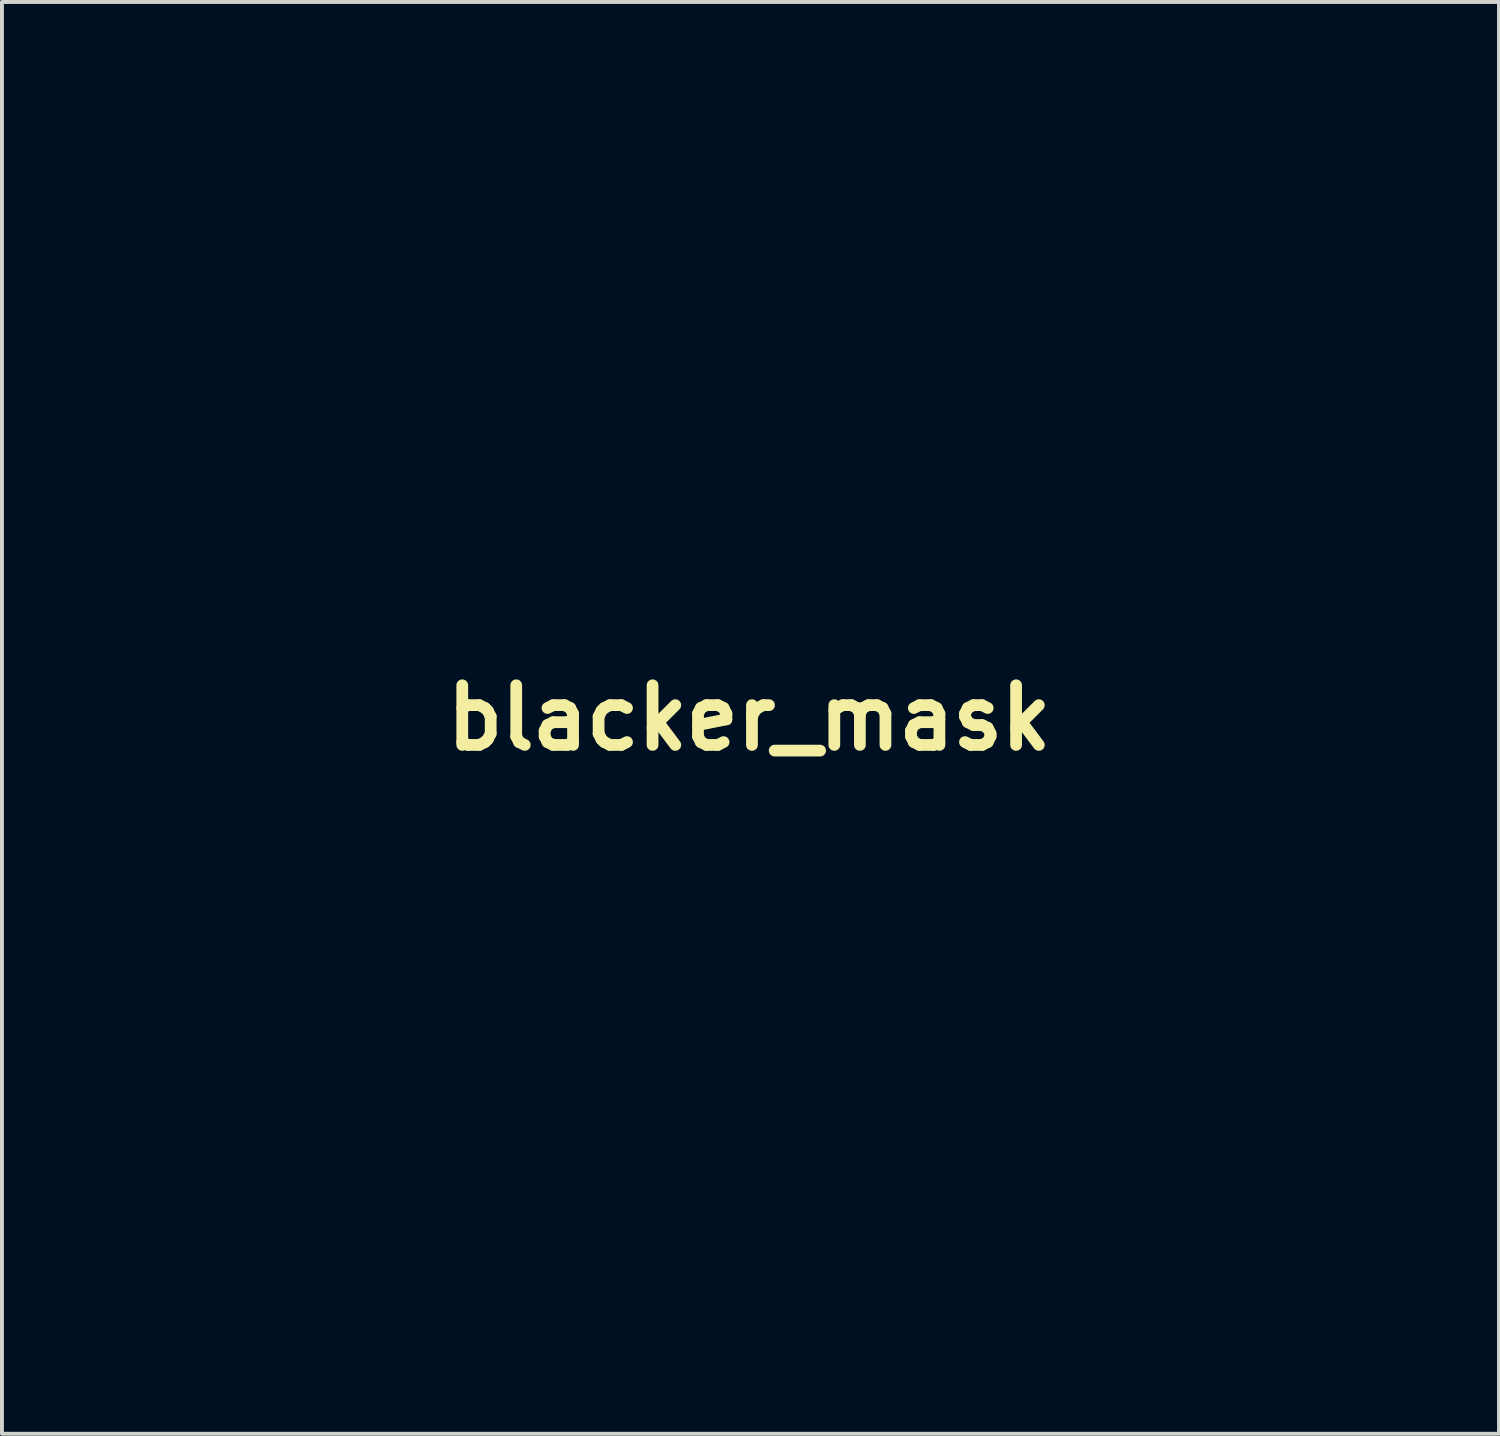
<source format=kicad_pcb>
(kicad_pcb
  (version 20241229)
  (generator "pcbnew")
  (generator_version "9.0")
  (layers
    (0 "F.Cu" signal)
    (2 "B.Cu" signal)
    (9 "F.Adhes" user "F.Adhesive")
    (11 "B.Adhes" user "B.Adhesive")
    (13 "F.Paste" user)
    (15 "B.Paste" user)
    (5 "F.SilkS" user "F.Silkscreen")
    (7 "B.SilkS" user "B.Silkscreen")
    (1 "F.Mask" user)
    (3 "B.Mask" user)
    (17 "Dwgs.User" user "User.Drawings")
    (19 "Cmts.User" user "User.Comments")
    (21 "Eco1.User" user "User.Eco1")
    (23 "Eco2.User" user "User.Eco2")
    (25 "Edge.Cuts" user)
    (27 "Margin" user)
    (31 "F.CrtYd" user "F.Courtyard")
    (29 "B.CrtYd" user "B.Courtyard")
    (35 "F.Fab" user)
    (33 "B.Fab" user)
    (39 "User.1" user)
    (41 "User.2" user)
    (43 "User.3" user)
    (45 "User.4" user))
  (footprint "blacker_mask"
    (layer "F.Cu")
    (at 16.092 15.295)
    (property "Reference" "blacker_mask" (at 0 0 0) (layer "F.SilkS") (effects (font (size 1.524 1.524) (thickness 0.3))))
    (attr through_hole)
    (fp_poly (pts (xy -3.133 -9.948) (xy -3.175 -9.906) (xy -3.217 -9.948) (xy -3.175 -9.991) (xy -3.133 -9.948)) (stroke (width 0.01) (type solid)) (fill yes) (layer "F.Mask"))
    (fp_poly (pts (xy 3.133 -10.118) (xy 3.09 -10.075) (xy 3.048 -10.118) (xy 3.09 -10.16) (xy 3.133 -10.118)) (stroke (width 0.01) (type solid)) (fill yes) (layer "F.Mask"))
    (fp_poly (pts (xy -4.747 13.165) (xy -4.605 13.272) (xy -4.599 13.411) (xy -4.724 13.514) (xy -4.966 13.53) (xy -5.177 13.49) (xy -5.286 13.406) (xy -5.277 13.282) (xy -5.174 13.171) (xy -5.007 13.125) (xy -4.747 13.165)) (stroke (width 0.01) (type solid)) (fill yes) (layer "F.Mask"))
    (fp_poly (pts (xy -1.719 13.597) (xy -1.622 13.762) (xy -1.539 13.985) (xy -1.561 14.099) (xy -1.704 14.137) (xy -1.787 14.139) (xy -1.964 14.123) (xy -2.009 14.058) (xy -1.989 13.991) (xy -1.911 13.778) (xy -1.886 13.695) (xy -1.813 13.562) (xy -1.719 13.597)) (stroke (width 0.01) (type solid)) (fill yes) (layer "F.Mask"))
    (fp_poly (pts (xy -4.811 13.842) (xy -4.645 13.944) (xy -4.591 14.077) (xy -4.612 14.136) (xy -4.727 14.194) (xy -4.929 14.222) (xy -5.138 14.215) (xy -5.275 14.17) (xy -5.278 14.168) (xy -5.326 14.043) (xy -5.334 13.956) (xy -5.293 13.846) (xy -5.142 13.804) (xy -5.048 13.801) (xy -4.811 13.842)) (stroke (width 0.01) (type solid)) (fill yes) (layer "F.Mask"))
    (fp_poly (pts (xy 5.401 13.089) (xy 5.461 13.207) (xy 5.477 13.393) (xy 5.369 13.515) (xy 5.117 13.592) (xy 5.063 13.601) (xy 4.861 13.621) (xy 4.766 13.569) (xy 4.719 13.412) (xy 4.718 13.408) (xy 4.69 13.233) (xy 4.72 13.141) (xy 4.845 13.096) (xy 5.064 13.064) (xy 5.287 13.047) (xy 5.401 13.089)) (stroke (width 0.01) (type solid)) (fill yes) (layer "F.Mask"))
    (fp_poly (pts (xy 7.887 9.386) (xy 8.354 9.675) (xy 8.697 9.894) (xy 8.933 10.055) (xy 9.083 10.175) (xy 9.167 10.269) (xy 9.205 10.351) (xy 9.213 10.386) (xy 9.153 10.554) (xy 8.934 10.745) (xy 8.566 10.952) (xy 8.057 11.172) (xy 7.773 11.277) (xy 7.114 11.51) (xy 7.057 11.283) (xy 7.04 11.075) (xy 7.051 10.753) (xy 7.084 10.369) (xy 7.134 9.974) (xy 7.194 9.621) (xy 7.26 9.361) (xy 7.283 9.301) (xy 7.385 9.077) (xy 7.887 9.386)) (stroke (width 0.01) (type solid)) (fill yes) (layer "F.Mask"))
    (fp_poly (pts (xy 11.545 2.93) (xy 11.837 3.176) (xy 11.843 3.182) (xy 12.202 3.584) (xy 12.395 3.99) (xy 12.42 4.393) (xy 12.279 4.788) (xy 11.97 5.167) (xy 11.937 5.198) (xy 11.735 5.369) (xy 11.578 5.48) (xy 11.522 5.503) (xy 11.461 5.429) (xy 11.408 5.244) (xy 11.398 5.186) (xy 11.366 4.933) (xy 11.331 4.591) (xy 11.303 4.276) (xy 11.271 3.891) (xy 11.235 3.497) (xy 11.21 3.239) (xy 11.197 2.964) (xy 11.239 2.823) (xy 11.35 2.811) (xy 11.545 2.93)) (stroke (width 0.01) (type solid)) (fill yes) (layer "F.Mask"))
    (fp_poly (pts (xy -11.141 3.043) (xy -11.12 3.265) (xy -11.103 3.6) (xy -11.094 4.02) (xy -11.091 4.36) (xy -11.094 4.923) (xy -11.106 5.33) (xy -11.137 5.594) (xy -11.195 5.729) (xy -11.288 5.748) (xy -11.425 5.665) (xy -11.614 5.492) (xy -11.729 5.379) (xy -11.931 5.149) (xy -12.073 4.935) (xy -12.12 4.807) (xy -12.1 4.296) (xy -11.973 3.88) (xy -11.967 3.87) (xy -11.843 3.674) (xy -11.666 3.445) (xy -11.473 3.223) (xy -11.299 3.05) (xy -11.18 2.966) (xy -11.166 2.963) (xy -11.141 3.043)) (stroke (width 0.01) (type solid)) (fill yes) (layer "F.Mask"))
    (fp_poly (pts (xy -7.241 9.435) (xy -7.165 9.637) (xy -7.092 9.944) (xy -7.028 10.325) (xy -6.979 10.749) (xy -6.971 10.858) (xy -6.946 11.234) (xy -6.953 11.464) (xy -7.016 11.569) (xy -7.158 11.573) (xy -7.404 11.498) (xy -7.579 11.436) (xy -7.981 11.277) (xy -8.37 11.097) (xy -8.696 10.921) (xy -8.906 10.777) (xy -8.997 10.632) (xy -8.956 10.464) (xy -8.775 10.264) (xy -8.447 10.023) (xy -8.123 9.823) (xy -7.804 9.638) (xy -7.539 9.488) (xy -7.363 9.393) (xy -7.31 9.37) (xy -7.241 9.435)) (stroke (width 0.01) (type solid)) (fill yes) (layer "F.Mask"))
    (fp_poly (pts (xy -2.398 -3.885) (xy -2.044 -3.865) (xy -1.62 -3.836) (xy -1.159 -3.8) (xy -0.69 -3.759) (xy -0.246 -3.718) (xy 0.141 -3.678) (xy 0.441 -3.643) (xy 0.621 -3.615) (xy 0.659 -3.603) (xy 0.633 -3.522) (xy 0.502 -3.377) (xy 0.301 -3.2) (xy 0.065 -3.021) (xy -0.171 -2.87) (xy -0.206 -2.851) (xy -0.349 -2.781) (xy -0.494 -2.732) (xy -0.673 -2.702) (xy -0.918 -2.687) (xy -1.259 -2.684) (xy -1.73 -2.69) (xy -1.878 -2.693) (xy -2.646 -2.694) (xy -3.342 -2.667) (xy -3.943 -2.613) (xy -4.427 -2.536) (xy -4.77 -2.438) (xy -4.838 -2.407) (xy -5.028 -2.34) (xy -5.262 -2.298) (xy -5.484 -2.284) (xy -5.637 -2.304) (xy -5.673 -2.34) (xy -5.608 -2.516) (xy -5.435 -2.75) (xy -5.187 -3.003) (xy -4.896 -3.24) (xy -4.822 -3.291) (xy -4.23 -3.597) (xy -3.543 -3.802) (xy -2.811 -3.89) (xy -2.65 -3.893) (xy -2.398 -3.885)) (stroke (width 0.01) (type solid)) (fill yes) (layer "F.Mask"))
    (fp_poly (pts (xy 14.263 0.321) (xy 14.29 0.426) (xy 14.306 0.64) (xy 14.309 0.776) (xy 14.326 1.022) (xy 14.37 1.166) (xy 14.399 1.185) (xy 14.516 1.14) (xy 14.716 1.026) (xy 14.855 0.934) (xy 15.11 0.778) (xy 15.405 0.626) (xy 15.699 0.496) (xy 15.95 0.405) (xy 16.117 0.37) (xy 16.157 0.38) (xy 16.132 0.468) (xy 15.994 0.639) (xy 15.764 0.875) (xy 15.464 1.158) (xy 15.116 1.467) (xy 14.739 1.785) (xy 14.356 2.092) (xy 13.989 2.369) (xy 13.703 2.567) (xy 13.335 2.806) (xy 13.012 3.013) (xy 12.763 3.168) (xy 12.616 3.253) (xy 12.597 3.262) (xy 12.457 3.24) (xy 12.325 3.139) (xy 12.175 3.004) (xy 11.938 2.82) (xy 11.695 2.649) (xy 11.401 2.446) (xy 11.222 2.302) (xy 11.13 2.185) (xy 11.096 2.064) (xy 11.093 1.983) (xy 11.156 1.78) (xy 11.358 1.593) (xy 11.708 1.413) (xy 12.192 1.243) (xy 12.633 1.084) (xy 13.115 0.877) (xy 13.539 0.662) (xy 13.564 0.648) (xy 13.859 0.487) (xy 14.095 0.372) (xy 14.238 0.319) (xy 14.263 0.321)) (stroke (width 0.01) (type solid)) (fill yes) (layer "F.Mask"))
    (fp_poly (pts (xy -14.12 0.652) (xy -13.917 0.735) (xy -13.636 0.87) (xy -13.453 0.964) (xy -13.02 1.173) (xy -12.523 1.384) (xy -12.059 1.556) (xy -11.99 1.579) (xy -11.524 1.75) (xy -11.217 1.915) (xy -11.061 2.083) (xy -11.045 2.261) (xy -11.08 2.344) (xy -11.18 2.476) (xy -11.367 2.682) (xy -11.601 2.921) (xy -11.636 2.955) (xy -11.86 3.181) (xy -12.026 3.365) (xy -12.105 3.474) (xy -12.107 3.484) (xy -12.139 3.543) (xy -12.247 3.538) (xy -12.449 3.463) (xy -12.764 3.313) (xy -13.11 3.133) (xy -13.522 2.903) (xy -13.952 2.646) (xy -14.331 2.403) (xy -14.465 2.311) (xy -14.741 2.099) (xy -15.047 1.84) (xy -15.358 1.56) (xy -15.644 1.284) (xy -15.879 1.04) (xy -16.035 0.853) (xy -16.087 0.755) (xy -16.018 0.726) (xy -15.816 0.793) (xy -15.484 0.956) (xy -15.024 1.212) (xy -14.817 1.334) (xy -14.511 1.513) (xy -14.266 1.651) (xy -14.113 1.731) (xy -14.078 1.744) (xy -14.082 1.658) (xy -14.112 1.453) (xy -14.156 1.202) (xy -14.2 0.923) (xy -14.218 0.717) (xy -14.209 0.634) (xy -14.12 0.652)) (stroke (width 0.01) (type solid)) (fill yes) (layer "F.Mask"))
    (fp_poly (pts (xy -12.446 4.513) (xy -12.423 4.823) (xy -12.341 5.099) (xy -12.186 5.356) (xy -11.942 5.61) (xy -11.592 5.876) (xy -11.121 6.171) (xy -10.512 6.511) (xy -10.359 6.592) (xy -9.914 6.833) (xy -9.484 7.072) (xy -9.11 7.286) (xy -8.83 7.454) (xy -8.754 7.503) (xy -8.453 7.727) (xy -8.146 7.996) (xy -7.864 8.279) (xy -7.635 8.545) (xy -7.489 8.763) (xy -7.451 8.88) (xy -7.525 9.034) (xy -7.753 9.224) (xy -7.918 9.329) (xy -8.258 9.537) (xy -8.622 9.763) (xy -8.814 9.885) (xy -9.043 10.03) (xy -9.206 10.13) (xy -9.26 10.16) (xy -9.309 10.096) (xy -9.408 9.938) (xy -9.423 9.912) (xy -9.578 9.703) (xy -9.806 9.491) (xy -10.127 9.26) (xy -10.563 8.996) (xy -11.133 8.684) (xy -11.189 8.655) (xy -11.86 8.298) (xy -12.394 8.001) (xy -12.806 7.751) (xy -13.112 7.534) (xy -13.326 7.335) (xy -13.465 7.142) (xy -13.543 6.94) (xy -13.576 6.716) (xy -13.58 6.51) (xy -13.562 6.222) (xy -13.506 5.961) (xy -13.393 5.668) (xy -13.218 5.309) (xy -13.033 4.965) (xy -12.849 4.649) (xy -12.696 4.415) (xy -12.655 4.36) (xy -12.447 4.106) (xy -12.446 4.513)) (stroke (width 0.01) (type solid)) (fill yes) (layer "F.Mask"))
    (fp_poly (pts (xy 12.948 4.255) (xy 13.09 4.47) (xy 13.273 4.788) (xy 13.471 5.158) (xy 13.658 5.529) (xy 13.806 5.849) (xy 13.878 6.032) (xy 13.922 6.351) (xy 13.833 6.669) (xy 13.601 7.008) (xy 13.366 7.254) (xy 13.162 7.428) (xy 12.885 7.637) (xy 12.57 7.857) (xy 12.253 8.066) (xy 11.97 8.238) (xy 11.757 8.351) (xy 11.66 8.382) (xy 11.523 8.429) (xy 11.285 8.555) (xy 10.98 8.737) (xy 10.644 8.953) (xy 10.312 9.18) (xy 10.017 9.395) (xy 9.794 9.576) (xy 9.703 9.665) (xy 9.513 9.877) (xy 9.396 9.971) (xy 9.32 9.966) (xy 9.272 9.907) (xy 9.178 9.828) (xy 8.977 9.691) (xy 8.706 9.524) (xy 8.639 9.484) (xy 8.221 9.226) (xy 7.884 8.99) (xy 7.65 8.792) (xy 7.541 8.65) (xy 7.535 8.623) (xy 7.59 8.526) (xy 7.734 8.345) (xy 7.938 8.116) (xy 7.97 8.081) (xy 8.453 7.645) (xy 9.084 7.194) (xy 9.843 6.741) (xy 10.66 6.325) (xy 11.058 6.129) (xy 11.437 5.932) (xy 11.749 5.759) (xy 11.915 5.656) (xy 12.285 5.316) (xy 12.575 4.875) (xy 12.742 4.399) (xy 12.745 4.382) (xy 12.803 4.065) (xy 12.948 4.255)) (stroke (width 0.01) (type solid)) (fill yes) (layer "F.Mask"))
    (fp_poly (pts (xy -1.971 -1.537) (xy -1.927 -1.461) (xy -1.926 -1.27) (xy -1.931 -1.185) (xy -1.939 -0.996) (xy -1.948 -0.665) (xy -1.957 -0.222) (xy -1.966 0.307) (xy -1.974 0.894) (xy -1.98 1.355) (xy -1.99 2.103) (xy -2.005 2.706) (xy -2.029 3.186) (xy -2.065 3.567) (xy -2.115 3.872) (xy -2.183 4.125) (xy -2.272 4.35) (xy -2.385 4.569) (xy -2.415 4.621) (xy -2.569 4.843) (xy -2.777 5.086) (xy -3.001 5.316) (xy -3.207 5.494) (xy -3.355 5.584) (xy -3.38 5.588) (xy -3.52 5.616) (xy -3.602 5.644) (xy -3.692 5.658) (xy -3.718 5.583) (xy -3.694 5.38) (xy -3.692 5.368) (xy -3.666 5.152) (xy -3.637 4.815) (xy -3.609 4.404) (xy -3.586 4.007) (xy -3.536 2.976) (xy -3.762 2.749) (xy -3.948 2.598) (xy -4.131 2.559) (xy -4.282 2.578) (xy -4.543 2.606) (xy -4.669 2.551) (xy -4.677 2.396) (xy -4.64 2.263) (xy -4.421 1.861) (xy -4.081 1.544) (xy -3.961 1.473) (xy -3.79 1.359) (xy -3.664 1.203) (xy -3.567 0.971) (xy -3.487 0.631) (xy -3.421 0.228) (xy -3.322 -0.309) (xy -3.199 -0.707) (xy -3.036 -0.995) (xy -2.818 -1.205) (xy -2.618 -1.323) (xy -2.361 -1.44) (xy -2.142 -1.52) (xy -2.074 -1.538) (xy -1.971 -1.537)) (stroke (width 0.01) (type solid)) (fill yes) (layer "F.Mask"))
    (fp_poly (pts (xy 0.003 -15.19) (xy 0.092 -15.106) (xy 0.333 -14.813) (xy 0.567 -14.423) (xy 0.769 -13.991) (xy 0.912 -13.571) (xy 0.973 -13.22) (xy 0.973 -13.192) (xy 0.984 -12.956) (xy 1.009 -12.809) (xy 1.027 -12.785) (xy 1.132 -12.815) (xy 1.328 -12.889) (xy 1.384 -12.912) (xy 1.856 -13.037) (xy 2.28 -13.006) (xy 2.643 -12.823) (xy 2.93 -12.494) (xy 2.993 -12.381) (xy 3.165 -12) (xy 3.247 -11.69) (xy 3.249 -11.384) (xy 3.178 -11.014) (xy 3.17 -10.982) (xy 3.072 -10.611) (xy 2.991 -10.391) (xy 2.907 -10.305) (xy 2.8 -10.339) (xy 2.65 -10.476) (xy 2.59 -10.539) (xy 2.404 -10.724) (xy 2.256 -10.814) (xy 2.074 -10.834) (xy 1.83 -10.814) (xy 1.518 -10.763) (xy 1.237 -10.685) (xy 1.13 -10.641) (xy 0.866 -10.419) (xy 0.649 -10.07) (xy 0.499 -9.635) (xy 0.445 -9.308) (xy 0.4 -8.805) (xy -0.057 -8.805) (xy -0.361 -8.825) (xy -0.525 -8.882) (xy -0.546 -8.911) (xy -0.581 -9.059) (xy -0.624 -9.292) (xy -0.635 -9.356) (xy -0.783 -9.908) (xy -1.021 -10.327) (xy -1.344 -10.606) (xy -1.745 -10.741) (xy -1.921 -10.752) (xy -2.358 -10.706) (xy -2.658 -10.566) (xy -2.81 -10.371) (xy -2.914 -10.214) (xy -3.018 -10.211) (xy -3.131 -10.368) (xy -3.239 -10.631) (xy -3.352 -11.146) (xy -3.338 -11.659) (xy -3.206 -12.133) (xy -2.966 -12.531) (xy -2.711 -12.764) (xy -2.438 -12.908) (xy -2.174 -12.94) (xy -1.868 -12.861) (xy -1.614 -12.745) (xy -1.202 -12.536) (xy -1.293 -12.777) (xy -1.33 -12.929) (xy -1.32 -13.109) (xy -1.257 -13.36) (xy -1.148 -13.684) (xy -0.906 -14.295) (xy -0.657 -14.781) (xy -0.412 -15.124) (xy -0.336 -15.2) (xy -0.222 -15.289) (xy -0.128 -15.29) (xy 0.003 -15.19)) (stroke (width 0.01) (type solid)) (fill yes) (layer "F.Mask"))
    (fp_poly (pts (xy 2.185 -3.429) (xy 2.201 -3.426) (xy 2.841 -3.266) (xy 3.365 -3.014) (xy 3.759 -2.68) (xy 4.013 -2.272) (xy 4.065 -2.117) (xy 4.113 -1.899) (xy 4.119 -1.701) (xy 4.079 -1.465) (xy 3.987 -1.133) (xy 3.977 -1.101) (xy 3.857 -0.693) (xy 3.793 -0.418) (xy 3.792 -0.248) (xy 3.863 -0.153) (xy 4.012 -0.106) (xy 4.244 -0.076) (xy 4.82 0.065) (xy 5.33 0.345) (xy 5.705 0.703) (xy 5.915 1.09) (xy 6.008 1.582) (xy 5.982 2.183) (xy 5.839 2.898) (xy 5.578 3.73) (xy 5.533 3.852) (xy 5.394 4.191) (xy 5.243 4.46) (xy 5.049 4.69) (xy 4.785 4.91) (xy 4.42 5.149) (xy 4.022 5.382) (xy 3.61 5.624) (xy 3.186 5.885) (xy 2.81 6.127) (xy 2.626 6.253) (xy 2.077 6.641) (xy 0.975 6.697) (xy -0.098 6.75) (xy -1.022 6.79) (xy -1.794 6.818) (xy -2.41 6.834) (xy -2.868 6.837) (xy -3.164 6.828) (xy -3.295 6.807) (xy -3.302 6.798) (xy -3.23 6.659) (xy -3.04 6.485) (xy -2.769 6.307) (xy -2.531 6.187) (xy -1.947 5.978) (xy -1.274 5.835) (xy -0.495 5.754) (xy 0.407 5.735) (xy 1.448 5.775) (xy 1.609 5.786) (xy 2.582 5.852) (xy 3.3 5.4) (xy 4.017 4.948) (xy 4.289 4.085) (xy 4.446 3.536) (xy 4.583 2.961) (xy 4.694 2.399) (xy 4.771 1.887) (xy 4.809 1.462) (xy 4.802 1.176) (xy 4.673 0.742) (xy 4.421 0.423) (xy 4.051 0.222) (xy 3.57 0.146) (xy 3.515 0.145) (xy 3.322 0.153) (xy 3.138 0.182) (xy 2.941 0.246) (xy 2.706 0.354) (xy 2.41 0.519) (xy 2.031 0.751) (xy 1.543 1.062) (xy 1.312 1.212) (xy 0.212 1.926) (xy 0.143 2.888) (xy 0.091 3.456) (xy 0.017 3.889) (xy -0.095 4.22) (xy -0.259 4.482) (xy -0.49 4.711) (xy -0.749 4.902) (xy -1.084 5.117) (xy -1.302 5.228) (xy -1.416 5.239) (xy -1.439 5.186) (xy -1.425 5.079) (xy -1.387 4.848) (xy -1.332 4.535) (xy -1.308 4.403) (xy -1.266 4.096) (xy -1.223 3.653) (xy -1.182 3.108) (xy -1.145 2.494) (xy -1.115 1.843) (xy -1.107 1.609) (xy -1.076 0.799) (xy -1.038 0.135) (xy -1.034 0.096) (xy 0.004 0.096) (xy 0.011 0.591) (xy 0.039 0.992) (xy 0.087 1.276) (xy 0.154 1.424) (xy 0.188 1.439) (xy 0.281 1.394) (xy 0.489 1.266) (xy 0.79 1.073) (xy 1.16 0.827) (xy 1.573 0.547) (xy 1.993 0.254) (xy 2.368 -0.02) (xy 2.673 -0.255) (xy 2.885 -0.433) (xy 2.978 -0.532) (xy 3.03 -0.712) (xy 3.065 -0.996) (xy 3.076 -1.297) (xy 3.04 -1.743) (xy 2.926 -2.067) (xy 2.713 -2.309) (xy 2.434 -2.481) (xy 2.114 -2.623) (xy 1.848 -2.686) (xy 1.593 -2.662) (xy 1.305 -2.546) (xy 0.939 -2.333) (xy 0.831 -2.263) (xy 0.111 -1.799) (xy 0.056 -1.09) (xy 0.019 -0.471) (xy 0.004 0.096) (xy -1.034 0.096) (xy -0.982 -0.406) (xy -0.899 -0.847) (xy -0.778 -1.211) (xy -0.608 -1.521) (xy -0.381 -1.8) (xy -0.084 -2.071) (xy 0.291 -2.358) (xy 0.755 -2.684) (xy 0.804 -2.718) (xy 1.227 -3.006) (xy 1.538 -3.208) (xy 1.764 -3.339) (xy 1.929 -3.41) (xy 2.061 -3.436) (xy 2.185 -3.429)) (stroke (width 0.01) (type solid)) (fill yes) (layer "F.Mask"))
    (fp_poly (pts (xy -0.043 -7.997) (xy 0.152 -7.87) (xy 0.424 -7.684) (xy 0.704 -7.486) (xy 1.53 -6.95) (xy 2.398 -6.491) (xy 3.255 -6.133) (xy 3.683 -5.995) (xy 4.287 -5.87) (xy 4.993 -5.801) (xy 5.741 -5.788) (xy 6.474 -5.83) (xy 7.134 -5.928) (xy 7.408 -5.995) (xy 8.337 -6.328) (xy 9.265 -6.785) (xy 10.105 -7.317) (xy 10.762 -7.788) (xy 10.896 -7.471) (xy 11.037 -7.105) (xy 11.143 -6.742) (xy 11.218 -6.345) (xy 11.271 -5.877) (xy 11.306 -5.299) (xy 11.321 -4.911) (xy 11.325 -3.96) (xy 11.273 -3.016) (xy 11.161 -2.052) (xy 10.983 -1.044) (xy 10.736 0.035) (xy 10.414 1.208) (xy 10.014 2.503) (xy 9.988 2.582) (xy 9.658 3.544) (xy 9.334 4.368) (xy 8.999 5.085) (xy 8.636 5.724) (xy 8.229 6.315) (xy 7.761 6.888) (xy 7.331 7.355) (xy 6.476 8.167) (xy 5.581 8.861) (xy 4.605 9.462) (xy 3.508 10) (xy 3.344 10.071) (xy 2.589 10.413) (xy 1.888 10.768) (xy 1.273 11.119) (xy 0.776 11.448) (xy 0.621 11.568) (xy 0.402 11.728) (xy 0.223 11.83) (xy 0.155 11.85) (xy 0.027 11.796) (xy -0.165 11.663) (xy -0.254 11.59) (xy -0.661 11.281) (xy -1.18 10.966) (xy -1.826 10.637) (xy -2.614 10.286) (xy -3.135 10.072) (xy -3.929 9.737) (xy -4.605 9.41) (xy -5.208 9.063) (xy -5.785 8.667) (xy -6.383 8.195) (xy -6.683 7.941) (xy -7.379 7.27) (xy -8.011 6.514) (xy -8.583 5.662) (xy -9.1 4.704) (xy -9.567 3.629) (xy -9.987 2.427) (xy -10.365 1.089) (xy -10.707 -0.398) (xy -10.984 -1.863) (xy -11.094 -2.505) (xy -11.175 -3.024) (xy -11.232 -3.464) (xy -11.269 -3.866) (xy -11.29 -4.274) (xy -11.3 -4.732) (xy -11.302 -5.165) (xy -11.3 -5.516) (xy -10.27 -5.516) (xy -10.22 -4.049) (xy -10.109 -2.451) (xy -9.881 -0.916) (xy -9.527 0.593) (xy -9.038 2.115) (xy -8.555 3.344) (xy -8.045 4.444) (xy -7.503 5.401) (xy -6.91 6.241) (xy -6.25 6.992) (xy -5.912 7.32) (xy -5.491 7.691) (xy -5.07 8.019) (xy -4.62 8.32) (xy -4.111 8.613) (xy -3.515 8.915) (xy -2.802 9.242) (xy -2.387 9.423) (xy -1.857 9.656) (xy -1.356 9.882) (xy -0.912 10.089) (xy -0.556 10.262) (xy -0.316 10.388) (xy -0.271 10.415) (xy -0.046 10.553) (xy 0.113 10.644) (xy 0.162 10.666) (xy 0.244 10.629) (xy 0.449 10.524) (xy 0.75 10.365) (xy 1.12 10.166) (xy 1.347 10.044) (xy 1.807 9.796) (xy 2.273 9.55) (xy 2.698 9.329) (xy 3.035 9.158) (xy 3.111 9.121) (xy 3.962 8.651) (xy 4.809 8.084) (xy 5.623 7.442) (xy 6.377 6.751) (xy 7.045 6.035) (xy 7.598 5.318) (xy 7.95 4.746) (xy 8.106 4.418) (xy 8.297 3.964) (xy 8.51 3.419) (xy 8.732 2.82) (xy 8.948 2.202) (xy 9.146 1.602) (xy 9.306 1.077) (xy 9.636 -0.149) (xy 9.884 -1.286) (xy 10.059 -2.387) (xy 10.17 -3.505) (xy 10.219 -4.466) (xy 10.232 -4.956) (xy 10.239 -5.382) (xy 10.238 -5.718) (xy 10.23 -5.936) (xy 10.217 -6.011) (xy 10.123 -5.969) (xy 9.931 -5.858) (xy 9.696 -5.713) (xy 8.794 -5.233) (xy 7.813 -4.892) (xy 6.778 -4.689) (xy 5.71 -4.627) (xy 4.634 -4.708) (xy 3.573 -4.933) (xy 2.78 -5.206) (xy 2.13 -5.511) (xy 1.439 -5.905) (xy 0.773 -6.35) (xy 0.531 -6.532) (xy 0.27 -6.726) (xy 0.055 -6.871) (xy -0.077 -6.94) (xy -0.092 -6.943) (xy -0.198 -6.889) (xy -0.387 -6.749) (xy -0.618 -6.553) (xy -0.623 -6.548) (xy -1.507 -5.855) (xy -2.475 -5.29) (xy -3.504 -4.862) (xy -4.573 -4.578) (xy -5.659 -4.445) (xy -6.74 -4.47) (xy -6.849 -4.482) (xy -7.503 -4.577) (xy -8.113 -4.709) (xy -8.728 -4.894) (xy -9.4 -5.145) (xy -9.94 -5.372) (xy -10.27 -5.516) (xy -11.3 -5.516) (xy -11.299 -5.741) (xy -11.289 -6.179) (xy -11.268 -6.51) (xy -11.234 -6.766) (xy -11.185 -6.977) (xy -11.148 -7.09) (xy -11.05 -7.343) (xy -10.961 -7.525) (xy -10.918 -7.58) (xy -10.821 -7.554) (xy -10.629 -7.442) (xy -10.381 -7.267) (xy -10.311 -7.213) (xy -9.32 -6.53) (xy -8.32 -6.014) (xy -7.311 -5.665) (xy -6.298 -5.483) (xy -5.283 -5.468) (xy -4.268 -5.622) (xy -3.258 -5.944) (xy -2.905 -6.098) (xy -2.05 -6.544) (xy -1.305 -7.05) (xy -0.711 -7.556) (xy -0.466 -7.779) (xy -0.268 -7.948) (xy -0.149 -8.036) (xy -0.132 -8.043) (xy -0.043 -7.997)) (stroke (width 0.01) (type solid)) (fill yes) (layer "F.Mask"))
    (fp_poly (pts (xy -8.118 -13.574) (xy -7.57 -13.462) (xy -6.614 -13.139) (xy -5.757 -12.681) (xy -5.004 -12.091) (xy -4.355 -11.372) (xy -3.814 -10.527) (xy -3.383 -9.561) (xy -3.065 -8.475) (xy -2.902 -7.582) (xy -2.844 -7.145) (xy -2.816 -6.844) (xy -2.816 -6.649) (xy -2.844 -6.53) (xy -2.874 -6.482) (xy -2.99 -6.39) (xy -3.077 -6.443) (xy -3.143 -6.652) (xy -3.167 -6.794) (xy -3.294 -7.268) (xy -3.517 -7.767) (xy -3.8 -8.212) (xy -3.89 -8.321) (xy -4.208 -8.594) (xy -4.539 -8.698) (xy -4.889 -8.635) (xy -5.053 -8.553) (xy -5.254 -8.442) (xy -5.366 -8.417) (xy -5.443 -8.473) (xy -5.478 -8.518) (xy -5.575 -8.722) (xy -5.552 -8.944) (xy -5.421 -9.205) (xy -5.212 -9.434) (xy -4.958 -9.547) (xy -4.707 -9.526) (xy -4.645 -9.495) (xy -4.485 -9.412) (xy -4.418 -9.443) (xy -4.425 -9.609) (xy -4.443 -9.713) (xy -4.586 -10.175) (xy -4.819 -10.498) (xy -5.152 -10.688) (xy -5.593 -10.753) (xy -5.614 -10.753) (xy -5.922 -10.717) (xy -6.189 -10.587) (xy -6.309 -10.497) (xy -6.512 -10.347) (xy -6.644 -10.296) (xy -6.758 -10.328) (xy -6.808 -10.359) (xy -7.011 -10.587) (xy -7.075 -10.898) (xy -6.997 -11.277) (xy -6.955 -11.38) (xy -6.843 -11.613) (xy -6.746 -11.727) (xy -6.612 -11.759) (xy -6.459 -11.752) (xy -6.224 -11.76) (xy -6.138 -11.829) (xy -6.199 -11.945) (xy -6.401 -12.099) (xy -6.634 -12.228) (xy -7.151 -12.434) (xy -7.622 -12.52) (xy -8.027 -12.489) (xy -8.347 -12.34) (xy -8.561 -12.077) (xy -8.569 -12.061) (xy -8.702 -11.882) (xy -8.847 -11.861) (xy -8.981 -11.993) (xy -9.059 -12.192) (xy -9.14 -12.403) (xy -9.233 -12.521) (xy -9.262 -12.531) (xy -9.411 -12.477) (xy -9.627 -12.343) (xy -9.86 -12.167) (xy -10.056 -11.988) (xy -10.156 -11.862) (xy -10.249 -11.575) (xy -10.199 -11.302) (xy -9.998 -11.017) (xy -9.863 -10.884) (xy -9.652 -10.675) (xy -9.559 -10.539) (xy -9.569 -10.448) (xy -9.584 -10.431) (xy -9.775 -10.336) (xy -9.997 -10.404) (xy -10.131 -10.511) (xy -10.289 -10.629) (xy -10.407 -10.62) (xy -10.443 -10.594) (xy -10.494 -10.52) (xy -10.483 -10.402) (xy -10.403 -10.205) (xy -10.269 -9.944) (xy -10.039 -9.559) (xy -9.813 -9.307) (xy -9.555 -9.159) (xy -9.227 -9.085) (xy -9.192 -9.081) (xy -8.933 -9.069) (xy -8.757 -9.125) (xy -8.6 -9.257) (xy -8.46 -9.436) (xy -8.395 -9.647) (xy -8.382 -9.902) (xy -8.366 -10.15) (xy -8.325 -10.303) (xy -8.293 -10.329) (xy -8.131 -10.256) (xy -7.959 -10.068) (xy -7.815 -9.816) (xy -7.736 -9.56) (xy -7.62 -9.197) (xy -7.41 -8.974) (xy -7.11 -8.893) (xy -6.721 -8.955) (xy -6.447 -9.061) (xy -6.224 -9.159) (xy -6.075 -9.22) (xy -6.044 -9.229) (xy -6.024 -9.153) (xy -6.012 -8.964) (xy -6.011 -8.875) (xy -6.028 -8.653) (xy -6.101 -8.479) (xy -6.26 -8.291) (xy -6.378 -8.176) (xy -6.745 -7.832) (xy -6.555 -7.408) (xy -6.428 -7.058) (xy -6.329 -6.67) (xy -6.306 -6.528) (xy -6.246 -6.071) (xy -6.502 -6.253) (xy -6.696 -6.418) (xy -6.934 -6.658) (xy -7.112 -6.858) (xy -7.309 -7.076) (xy -7.473 -7.229) (xy -7.564 -7.281) (xy -7.729 -7.324) (xy -7.983 -7.432) (xy -8.276 -7.581) (xy -8.556 -7.741) (xy -8.771 -7.887) (xy -8.848 -7.956) (xy -9.188 -8.231) (xy -9.636 -8.442) (xy -10.143 -8.58) (xy -10.661 -8.634) (xy -11.141 -8.596) (xy -11.487 -8.481) (xy -11.807 -8.243) (xy -12.015 -7.936) (xy -12.102 -7.596) (xy -12.058 -7.26) (xy -11.876 -6.966) (xy -11.847 -6.937) (xy -11.699 -6.786) (xy -11.629 -6.652) (xy -11.619 -6.47) (xy -11.645 -6.223) (xy -11.704 -5.753) (xy -11.981 -5.805) (xy -12.189 -5.818) (xy -12.309 -5.774) (xy -12.311 -5.77) (xy -12.295 -5.661) (xy -12.201 -5.456) (xy -12.051 -5.198) (xy -12.038 -5.179) (xy -11.908 -4.968) (xy -11.81 -4.773) (xy -11.733 -4.559) (xy -11.665 -4.287) (xy -11.597 -3.922) (xy -11.517 -3.426) (xy -11.516 -3.417) (xy -11.319 -2.159) (xy -11.528 -1.785) (xy -11.718 -1.52) (xy -11.947 -1.303) (xy -12.028 -1.25) (xy -12.161 -1.186) (xy -12.302 -1.144) (xy -12.481 -1.126) (xy -12.725 -1.132) (xy -13.062 -1.161) (xy -13.522 -1.214) (xy -13.885 -1.26) (xy -14.277 -1.291) (xy -14.566 -1.264) (xy -14.721 -1.215) (xy -14.917 -1.14) (xy -15.031 -1.102) (xy -15.039 -1.101) (xy -15.058 -1.176) (xy -15.07 -1.365) (xy -15.071 -1.455) (xy -15.02 -1.79) (xy -14.886 -2.006) (xy -14.701 -2.202) (xy -14.919 -2.435) (xy -15.124 -2.693) (xy -15.283 -2.966) (xy -15.373 -3.206) (xy -15.376 -3.352) (xy -15.257 -3.468) (xy -15.06 -3.465) (xy -14.816 -3.353) (xy -14.56 -3.14) (xy -14.55 -3.129) (xy -14.224 -2.787) (xy -14.223 -3.15) (xy -14.206 -3.475) (xy -14.162 -3.73) (xy -14.099 -3.876) (xy -14.065 -3.895) (xy -13.996 -3.83) (xy -13.859 -3.657) (xy -13.683 -3.41) (xy -13.633 -3.337) (xy -13.394 -3.002) (xy -13.203 -2.789) (xy -13.03 -2.673) (xy -12.842 -2.629) (xy -12.742 -2.625) (xy -12.42 -2.689) (xy -12.202 -2.869) (xy -12.091 -3.146) (xy -12.087 -3.498) (xy -12.195 -3.907) (xy -12.416 -4.354) (xy -12.519 -4.513) (xy -12.695 -4.786) (xy -12.771 -4.958) (xy -12.754 -5.059) (xy -12.679 -5.109) (xy -12.677 -5.139) (xy -12.81 -5.157) (xy -12.84 -5.158) (xy -13.074 -5.119) (xy -13.357 -5.014) (xy -13.475 -4.954) (xy -13.83 -4.788) (xy -14.09 -4.753) (xy -14.264 -4.851) (xy -14.317 -4.938) (xy -14.355 -5.072) (xy -14.313 -5.2) (xy -14.17 -5.37) (xy -14.104 -5.437) (xy -13.87 -5.735) (xy -13.801 -5.975) (xy -13.758 -6.201) (xy -13.678 -6.345) (xy -13.59 -6.509) (xy -13.645 -6.618) (xy -13.819 -6.651) (xy -13.987 -6.622) (xy -14.25 -6.589) (xy -14.456 -6.634) (xy -14.559 -6.744) (xy -14.563 -6.775) (xy -14.495 -6.862) (xy -14.327 -6.975) (xy -14.29 -6.995) (xy -14.018 -7.176) (xy -13.687 -7.456) (xy -13.335 -7.798) (xy -13.003 -8.163) (xy -12.728 -8.513) (xy -12.696 -8.559) (xy -12.417 -8.924) (xy -12.137 -9.175) (xy -11.794 -9.359) (xy -11.482 -9.472) (xy -11.049 -9.611) (xy -11.091 -9.949) (xy -11.109 -10.187) (xy -11.122 -10.534) (xy -11.126 -10.929) (xy -11.125 -11.091) (xy -11.101 -11.618) (xy -11.031 -12.028) (xy -10.897 -12.368) (xy -10.682 -12.689) (xy -10.487 -12.914) (xy -10.031 -13.291) (xy -9.484 -13.526) (xy -8.847 -13.62) (xy -8.118 -13.574)) (stroke (width 0.01) (type solid)) (fill yes) (layer "F.Mask"))
    (fp_poly (pts (xy 9.149 -13.766) (xy 9.698 -13.622) (xy 10.196 -13.334) (xy 10.368 -13.193) (xy 10.647 -12.931) (xy 10.849 -12.686) (xy 10.987 -12.422) (xy 11.071 -12.107) (xy 11.115 -11.704) (xy 11.129 -11.18) (xy 11.129 -10.948) (xy 11.125 -9.746) (xy 11.445 -9.692) (xy 11.887 -9.535) (xy 12.327 -9.221) (xy 12.747 -8.762) (xy 12.812 -8.675) (xy 13.125 -8.287) (xy 13.487 -7.906) (xy 13.858 -7.569) (xy 14.198 -7.312) (xy 14.372 -7.212) (xy 14.554 -7.108) (xy 14.645 -7.02) (xy 14.647 -7.01) (xy 14.574 -6.912) (xy 14.395 -6.848) (xy 14.174 -6.83) (xy 13.999 -6.863) (xy 13.814 -6.905) (xy 13.707 -6.882) (xy 13.684 -6.754) (xy 13.732 -6.529) (xy 13.832 -6.256) (xy 13.966 -5.981) (xy 14.116 -5.753) (xy 14.16 -5.703) (xy 14.341 -5.444) (xy 14.36 -5.227) (xy 14.216 -5.056) (xy 14.206 -5.049) (xy 14.082 -5.013) (xy 13.903 -5.051) (xy 13.626 -5.17) (xy 13.59 -5.188) (xy 13.257 -5.33) (xy 12.988 -5.406) (xy 12.807 -5.412) (xy 12.741 -5.344) (xy 12.75 -5.302) (xy 12.732 -5.172) (xy 12.639 -4.957) (xy 12.538 -4.782) (xy 12.293 -4.338) (xy 12.134 -3.926) (xy 12.071 -3.579) (xy 12.099 -3.365) (xy 12.238 -3.147) (xy 12.445 -2.968) (xy 12.656 -2.88) (xy 12.685 -2.879) (xy 12.95 -2.946) (xy 13.233 -3.121) (xy 13.471 -3.361) (xy 13.533 -3.453) (xy 13.759 -3.807) (xy 13.948 -4.03) (xy 14.089 -4.113) (xy 14.145 -4.092) (xy 14.203 -3.964) (xy 14.257 -3.732) (xy 14.278 -3.589) (xy 14.328 -3.169) (xy 14.606 -3.447) (xy 14.845 -3.625) (xy 15.103 -3.724) (xy 15.327 -3.73) (xy 15.43 -3.676) (xy 15.438 -3.562) (xy 15.368 -3.359) (xy 15.245 -3.115) (xy 15.089 -2.878) (xy 14.984 -2.752) (xy 14.743 -2.498) (xy 14.949 -2.26) (xy 15.122 -1.959) (xy 15.127 -1.639) (xy 15.086 -1.509) (xy 15.027 -1.416) (xy 14.935 -1.441) (xy 14.859 -1.495) (xy 14.785 -1.541) (xy 14.69 -1.572) (xy 14.549 -1.588) (xy 14.341 -1.588) (xy 14.041 -1.572) (xy 13.627 -1.54) (xy 13.076 -1.492) (xy 12.846 -1.471) (xy 12.526 -1.449) (xy 12.309 -1.463) (xy 12.133 -1.524) (xy 11.938 -1.641) (xy 11.726 -1.814) (xy 11.582 -1.991) (xy 11.555 -2.053) (xy 11.543 -2.221) (xy 11.552 -2.506) (xy 11.579 -2.857) (xy 11.595 -3.006) (xy 11.637 -3.436) (xy 11.668 -3.885) (xy 11.683 -4.268) (xy 11.683 -4.33) (xy 11.692 -4.641) (xy 11.733 -4.871) (xy 11.829 -5.089) (xy 12 -5.365) (xy 12.029 -5.407) (xy 12.189 -5.671) (xy 12.292 -5.886) (xy 12.317 -6.012) (xy 12.314 -6.019) (xy 12.187 -6.075) (xy 11.94 -6.064) (xy 11.934 -6.063) (xy 11.613 -6.012) (xy 11.528 -6.411) (xy 11.484 -6.647) (xy 11.496 -6.801) (xy 11.587 -6.937) (xy 11.775 -7.118) (xy 11.982 -7.333) (xy 12.081 -7.519) (xy 12.107 -7.739) (xy 12.107 -7.742) (xy 12.035 -8.152) (xy 11.829 -8.477) (xy 11.507 -8.71) (xy 11.085 -8.842) (xy 10.58 -8.868) (xy 10.01 -8.779) (xy 9.826 -8.728) (xy 9.33 -8.535) (xy 8.951 -8.3) (xy 8.907 -8.263) (xy 8.515 -7.968) (xy 8.075 -7.728) (xy 7.69 -7.59) (xy 7.523 -7.503) (xy 7.292 -7.325) (xy 7.043 -7.093) (xy 7.013 -7.062) (xy 6.774 -6.821) (xy 6.56 -6.624) (xy 6.413 -6.509) (xy 6.401 -6.502) (xy 6.312 -6.465) (xy 6.271 -6.5) (xy 6.269 -6.641) (xy 6.296 -6.897) (xy 6.36 -7.237) (xy 6.46 -7.567) (xy 6.521 -7.708) (xy 6.639 -7.953) (xy 6.671 -8.103) (xy 6.609 -8.21) (xy 6.445 -8.329) (xy 6.428 -8.34) (xy 6.204 -8.536) (xy 6.036 -8.775) (xy 5.94 -9.018) (xy 5.931 -9.224) (xy 6.023 -9.354) (xy 6.044 -9.364) (xy 6.192 -9.362) (xy 6.414 -9.301) (xy 6.477 -9.276) (xy 6.852 -9.168) (xy 7.198 -9.155) (xy 7.463 -9.239) (xy 7.482 -9.252) (xy 7.59 -9.398) (xy 7.687 -9.637) (xy 7.714 -9.739) (xy 7.802 -9.988) (xy 7.938 -10.231) (xy 8.091 -10.425) (xy 8.232 -10.533) (xy 8.31 -10.533) (xy 8.352 -10.429) (xy 8.378 -10.216) (xy 8.382 -10.085) (xy 8.436 -9.712) (xy 8.604 -9.464) (xy 8.889 -9.336) (xy 9.136 -9.313) (xy 9.537 -9.372) (xy 9.859 -9.559) (xy 10.127 -9.891) (xy 10.218 -10.056) (xy 10.351 -10.305) (xy 10.462 -10.486) (xy 10.515 -10.551) (xy 10.581 -10.656) (xy 10.498 -10.762) (xy 10.443 -10.788) (xy 10.273 -10.771) (xy 10.105 -10.656) (xy 9.942 -10.534) (xy 9.796 -10.529) (xy 9.695 -10.568) (xy 9.543 -10.669) (xy 9.48 -10.772) (xy 9.526 -10.834) (xy 9.561 -10.837) (xy 9.664 -10.891) (xy 9.838 -11.028) (xy 9.942 -11.122) (xy 10.177 -11.404) (xy 10.256 -11.672) (xy 10.178 -11.949) (xy 9.941 -12.255) (xy 9.862 -12.334) (xy 9.56 -12.586) (xy 9.333 -12.69) (xy 9.179 -12.645) (xy 9.096 -12.467) (xy 9.047 -12.257) (xy 9.013 -12.129) (xy 8.915 -12.034) (xy 8.762 -12.037) (xy 8.628 -12.127) (xy 8.594 -12.19) (xy 8.429 -12.446) (xy 8.14 -12.622) (xy 7.763 -12.698) (xy 7.696 -12.7) (xy 7.289 -12.65) (xy 6.828 -12.517) (xy 6.391 -12.325) (xy 6.215 -12.221) (xy 6.075 -12.112) (xy 6.068 -12.026) (xy 6.123 -11.959) (xy 6.263 -11.882) (xy 6.419 -11.93) (xy 6.578 -12.004) (xy 6.681 -11.991) (xy 6.784 -11.867) (xy 6.859 -11.748) (xy 6.988 -11.432) (xy 7.026 -11.097) (xy 6.972 -10.801) (xy 6.858 -10.625) (xy 6.776 -10.553) (xy 6.706 -10.518) (xy 6.611 -10.531) (xy 6.456 -10.6) (xy 6.207 -10.734) (xy 6.011 -10.843) (xy 5.675 -10.98) (xy 5.356 -10.986) (xy 5.042 -10.887) (xy 4.748 -10.701) (xy 4.547 -10.414) (xy 4.42 -9.996) (xy 4.415 -9.967) (xy 4.374 -9.733) (xy 4.377 -9.635) (xy 4.436 -9.643) (xy 4.518 -9.698) (xy 4.766 -9.809) (xy 5.002 -9.769) (xy 5.256 -9.574) (xy 5.458 -9.275) (xy 5.495 -8.956) (xy 5.411 -8.707) (xy 5.32 -8.535) (xy 5.136 -8.706) (xy 4.82 -8.905) (xy 4.484 -8.943) (xy 4.145 -8.824) (xy 3.819 -8.554) (xy 3.611 -8.283) (xy 3.469 -8.047) (xy 3.348 -7.798) (xy 3.232 -7.493) (xy 3.107 -7.093) (xy 2.995 -6.703) (xy 2.906 -6.622) (xy 2.857 -6.627) (xy 2.802 -6.73) (xy 2.777 -6.968) (xy 2.782 -7.309) (xy 2.815 -7.724) (xy 2.876 -8.179) (xy 2.921 -8.432) (xy 3.196 -9.486) (xy 3.599 -10.445) (xy 4.121 -11.302) (xy 4.751 -12.047) (xy 5.482 -12.672) (xy 6.304 -13.168) (xy 7.207 -13.526) (xy 8.182 -13.738) (xy 8.517 -13.774) (xy 9.149 -13.766)) (stroke (width 0.01) (type solid)) (fill yes) (layer "F.Mask"))
    (fp_poly (pts (xy 9.409 11.024) (xy 9.476 11.222) (xy 9.524 11.536) (xy 9.551 11.929) (xy 9.559 12.358) (xy 9.548 12.786) (xy 9.518 13.172) (xy 9.469 13.476) (xy 9.402 13.659) (xy 9.387 13.677) (xy 9.203 13.808) (xy 8.897 13.974) (xy 8.51 14.157) (xy 8.08 14.338) (xy 7.647 14.5) (xy 7.365 14.592) (xy 6.012 14.928) (xy 4.532 15.158) (xy 4.53 15.158) (xy 4.241 15.181) (xy 3.807 15.203) (xy 3.251 15.222) (xy 2.597 15.24) (xy 1.868 15.254) (xy 1.087 15.267) (xy 0.278 15.276) (xy -0.537 15.283) (xy -1.334 15.286) (xy -2.09 15.286) (xy -2.781 15.282) (xy -3.385 15.275) (xy -3.878 15.263) (xy -4.236 15.247) (xy -4.36 15.237) (xy -5.588 15.079) (xy -6.673 14.868) (xy -7.609 14.606) (xy -8.038 14.436) (xy -5.797 14.436) (xy -5.375 14.486) (xy -4.948 14.531) (xy -4.656 14.544) (xy -4.468 14.525) (xy -4.354 14.471) (xy -4.317 14.435) (xy -4.304 14.397) (xy -3.97 14.397) (xy -3.969 14.571) (xy -3.962 14.608) (xy -3.869 14.628) (xy -3.645 14.654) (xy -3.329 14.683) (xy -3.121 14.698) (xy -2.74 14.722) (xy -2.495 14.725) (xy -2.353 14.704) (xy -2.282 14.658) (xy -2.26 14.617) (xy -2.155 14.532) (xy -1.957 14.483) (xy -1.723 14.469) (xy -1.51 14.491) (xy -1.375 14.552) (xy -1.355 14.598) (xy -1.279 14.739) (xy -1.054 14.806) (xy -0.997 14.81) (xy -0.935 14.796) (xy -0.916 14.728) (xy -0.946 14.577) (xy -1.029 14.315) (xy -1.112 14.076) (xy -1.166 13.926) (xy -0.762 13.926) (xy -0.762 13.926) (xy -0.756 14.258) (xy -0.731 14.466) (xy -0.675 14.594) (xy -0.578 14.686) (xy -0.572 14.691) (xy -0.384 14.76) (xy -0.105 14.795) (xy 0.203 14.796) (xy 0.479 14.763) (xy 0.661 14.696) (xy 0.676 14.682) (xy 0.748 14.54) (xy 0.781 14.392) (xy 0.743 14.222) (xy 0.625 14.144) (xy 0.488 14.169) (xy 0.4 14.304) (xy 0.332 14.421) (xy 0.179 14.471) (xy 0.017 14.478) (xy -0.25 14.445) (xy -0.372 14.345) (xy -0.372 14.344) (xy -0.417 14.122) (xy -0.419 13.853) (xy -0.383 13.612) (xy -0.322 13.479) (xy -0.127 13.386) (xy 0.111 13.393) (xy 0.312 13.491) (xy 0.358 13.547) (xy 0.503 13.689) (xy 0.65 13.709) (xy 0.748 13.612) (xy 0.762 13.521) (xy 0.755 13.485) (xy 0.995 13.485) (xy 1.005 13.843) (xy 1.021 14.188) (xy 1.041 14.467) (xy 1.062 14.638) (xy 1.071 14.668) (xy 1.179 14.722) (xy 1.275 14.732) (xy 1.383 14.702) (xy 1.43 14.582) (xy 1.439 14.393) (xy 1.451 14.181) (xy 1.479 14.063) (xy 1.491 14.055) (xy 1.579 14.104) (xy 1.757 14.231) (xy 1.967 14.393) (xy 2.214 14.587) (xy 2.369 14.689) (xy 2.471 14.718) (xy 2.558 14.69) (xy 2.607 14.66) (xy 2.633 14.585) (xy 2.545 14.449) (xy 2.332 14.236) (xy 2.13 14.043) (xy 1.991 13.894) (xy 1.947 13.83) (xy 2 13.744) (xy 2.13 13.581) (xy 2.3 13.386) (xy 2.468 13.205) (xy 2.595 13.082) (xy 2.632 13.056) (xy 2.677 13.117) (xy 2.723 13.319) (xy 2.766 13.63) (xy 2.801 14.022) (xy 2.815 14.245) (xy 2.835 14.488) (xy 2.881 14.606) (xy 2.985 14.644) (xy 3.1 14.647) (xy 3.514 14.629) (xy 3.846 14.578) (xy 4.067 14.501) (xy 4.149 14.404) (xy 4.149 14.403) (xy 4.12 14.325) (xy 4.01 14.29) (xy 3.782 14.29) (xy 3.676 14.296) (xy 3.408 14.308) (xy 3.271 14.292) (xy 3.225 14.234) (xy 3.232 14.126) (xy 3.272 14.003) (xy 3.378 13.938) (xy 3.596 13.906) (xy 3.662 13.902) (xy 3.911 13.874) (xy 4.032 13.819) (xy 4.064 13.718) (xy 4.064 13.714) (xy 4.043 13.62) (xy 3.952 13.575) (xy 3.751 13.566) (xy 3.619 13.571) (xy 3.359 13.574) (xy 3.226 13.547) (xy 3.179 13.476) (xy 3.175 13.42) (xy 3.199 13.318) (xy 3.299 13.261) (xy 3.513 13.232) (xy 3.619 13.225) (xy 3.882 13.2) (xy 4.016 13.155) (xy 4.062 13.071) (xy 4.064 13.029) (xy 4.056 12.973) (xy 4.273 12.973) (xy 4.287 13.184) (xy 4.315 13.471) (xy 4.35 13.788) (xy 4.387 14.089) (xy 4.422 14.327) (xy 4.447 14.45) (xy 4.54 14.512) (xy 4.647 14.505) (xy 4.79 14.393) (xy 4.842 14.194) (xy 4.878 14.017) (xy 4.973 13.935) (xy 5.183 13.902) (xy 5.187 13.901) (xy 5.398 13.897) (xy 5.501 13.954) (xy 5.553 14.112) (xy 5.558 14.139) (xy 5.622 14.324) (xy 5.732 14.38) (xy 5.79 14.376) (xy 5.921 14.286) (xy 5.949 14.085) (xy 5.872 13.802) (xy 5.872 13.801) (xy 5.839 13.629) (xy 5.837 13.4) (xy 5.82 13.045) (xy 5.712 12.829) (xy 5.586 12.76) (xy 5.44 12.75) (xy 5.194 12.76) (xy 4.901 12.782) (xy 4.615 12.814) (xy 4.389 12.849) (xy 4.277 12.882) (xy 4.275 12.884) (xy 4.273 12.973) (xy 4.056 12.973) (xy 4.052 12.942) (xy 3.992 12.897) (xy 3.848 12.884) (xy 3.585 12.899) (xy 3.45 12.91) (xy 2.957 12.952) (xy 2.601 12.991) (xy 2.351 13.035) (xy 2.173 13.094) (xy 2.036 13.177) (xy 1.909 13.294) (xy 1.819 13.389) (xy 1.604 13.59) (xy 1.462 13.641) (xy 1.383 13.539) (xy 1.356 13.28) (xy 1.356 13.266) (xy 1.332 13.096) (xy 1.237 13.048) (xy 1.167 13.054) (xy 1.078 13.076) (xy 1.024 13.133) (xy 0.999 13.258) (xy 0.995 13.485) (xy 0.755 13.485) (xy 0.722 13.318) (xy 0.584 13.193) (xy 0.325 13.134) (xy 0.062 13.123) (xy -0.317 13.135) (xy -0.558 13.192) (xy -0.692 13.322) (xy -0.75 13.557) (xy -0.762 13.926) (xy -1.166 13.926) (xy -1.264 13.652) (xy -1.377 13.363) (xy -1.468 13.182) (xy -1.555 13.085) (xy -1.652 13.046) (xy -1.775 13.039) (xy -1.898 13.051) (xy -1.994 13.108) (xy -2.086 13.241) (xy -2.198 13.48) (xy -2.296 13.716) (xy -2.573 14.393) (xy -3.581 14.393) (xy -3.526 13.674) (xy -3.501 13.326) (xy -3.495 13.113) (xy -3.517 13.002) (xy -3.572 12.961) (xy -3.667 12.954) (xy -3.672 12.954) (xy -3.766 12.963) (xy -3.829 13.009) (xy -3.87 13.125) (xy -3.9 13.343) (xy -3.93 13.692) (xy -3.935 13.764) (xy -3.958 14.115) (xy -3.97 14.397) (xy -4.304 14.397) (xy -4.251 14.244) (xy -4.257 13.969) (xy -4.268 13.745) (xy -4.24 13.602) (xy -4.225 13.584) (xy -4.154 13.454) (xy -4.167 13.256) (xy -4.256 13.063) (xy -4.305 13.008) (xy -4.492 12.914) (xy -4.81 12.86) (xy -5.045 12.846) (xy -5.627 12.827) (xy -5.686 13.293) (xy -5.726 13.632) (xy -5.76 13.965) (xy -5.771 14.097) (xy -5.797 14.436) (xy -8.038 14.436) (xy -8.391 14.295) (xy -8.572 14.204) (xy -8.824 14.054) (xy -9.005 13.892) (xy -9.125 13.689) (xy -9.193 13.418) (xy -9.217 13.05) (xy -9.207 12.556) (xy -9.19 12.237) (xy -9.165 11.839) (xy -9.138 11.504) (xy -9.114 11.268) (xy -9.095 11.166) (xy -9.008 11.173) (xy -8.812 11.245) (xy -8.544 11.367) (xy -8.488 11.395) (xy -7.756 11.7) (xy -6.863 11.957) (xy -5.811 12.166) (xy -4.602 12.327) (xy -3.237 12.439) (xy -1.736 12.501) (xy -0.048 12.518) (xy 1.541 12.486) (xy 3.023 12.406) (xy 4.387 12.279) (xy 5.625 12.106) (xy 6.729 11.887) (xy 7.688 11.626) (xy 8.494 11.321) (xy 8.629 11.258) (xy 8.986 11.094) (xy 9.221 11.008) (xy 9.356 10.991) (xy 9.409 11.024)) (stroke (width 0.01) (type solid)) (fill yes) (layer "F.Mask")))
  (gr_rect
    (start -3 -3)
    (end 35.253 33.586)
    (stroke (width 0.1) (type default))
    (fill no)
    (layer "Edge.Cuts")))
</source>
